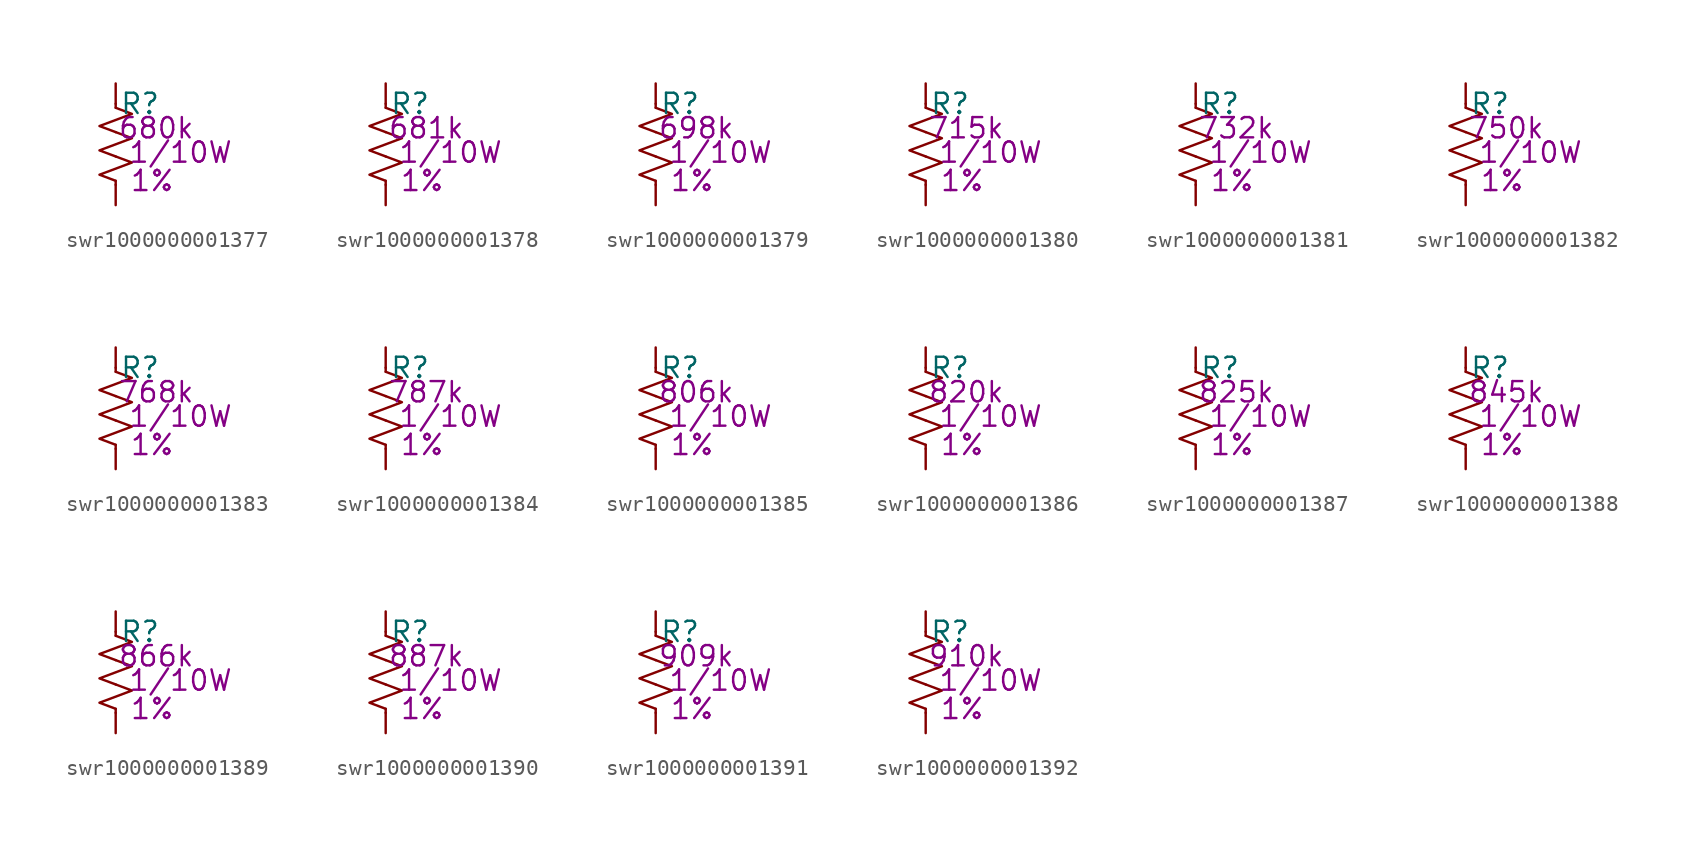
<source format=kicad_sym>
(kicad_symbol_lib
  (version 20211014)
  (generator kicad_symbol_editor)
  (symbol "swr1000000001377"
    (pin_numbers hide)
    (pin_names
      (offset 1.016))
    (property "Reference" "R"
      (at 1.524 2.54 0)
      (effects (font (size 1.27 1.27))))
    (property "PartValue" "680k"
      (at 2.54 1.016 0)
      (effects (font (size 1.27 1.27))))
    (property "Tolerance" "1%"
      (at 2.286 -2.286 0)
      (effects (font (size 1.27 1.27))))
    (property "Wattage" "1/10W"
      (at 4.064 -0.508 0)
      (effects (font (size 1.27 1.27))))
    (symbol "swr1000000001377_1_1"
      (polyline (pts (xy 0 -2.286) (xy 0 -2.54)) (stroke (width 0) (type default) (color 0 0 0 0)) (fill (type none)))
      (polyline (pts (xy 0 2.286) (xy 0 2.54)) (stroke (width 0) (type default) (color 0 0 0 0)) (fill (type none)))
      (polyline (pts (xy 0 -0.762) (xy 1.016 -1.143) (xy 0 -1.524) (xy -1.016 -1.905) (xy 0 -2.286)) (stroke (width 0) (type default) (color 0 0 0 0)) (fill (type none)))
      (polyline (pts (xy 0 0.762) (xy 1.016 0.381) (xy 0 0) (xy -1.016 -0.381) (xy 0 -0.762)) (stroke (width 0) (type default) (color 0 0 0 0)) (fill (type none)))
      (polyline (pts (xy 0 2.286) (xy 1.016 1.905) (xy 0 1.524) (xy -1.016 1.143) (xy 0 0.762)) (stroke (width 0) (type default) (color 0 0 0 0)) (fill (type none)))
      (pin passive line (at 0 3.81 270) (length 1.27) (name "~" (effects (font (size 1.27 1.27)))) (number "1" (effects (font (size 1.27 1.27)))))
      (pin passive line (at 0 -3.81 90) (length 1.27) (name "~" (effects (font (size 1.27 1.27)))) (number "2" (effects (font (size 1.27 1.27)))))))
  (symbol "swr1000000001378"
    (pin_numbers hide)
    (pin_names
      (offset 1.016))
    (property "Reference" "R"
      (at 1.524 2.54 0)
      (effects (font (size 1.27 1.27))))
    (property "PartValue" "681k"
      (at 2.54 1.016 0)
      (effects (font (size 1.27 1.27))))
    (property "Tolerance" "1%"
      (at 2.286 -2.286 0)
      (effects (font (size 1.27 1.27))))
    (property "Wattage" "1/10W"
      (at 4.064 -0.508 0)
      (effects (font (size 1.27 1.27))))
    (symbol "swr1000000001378_1_1"
      (polyline (pts (xy 0 -2.286) (xy 0 -2.54)) (stroke (width 0) (type default) (color 0 0 0 0)) (fill (type none)))
      (polyline (pts (xy 0 2.286) (xy 0 2.54)) (stroke (width 0) (type default) (color 0 0 0 0)) (fill (type none)))
      (polyline (pts (xy 0 -0.762) (xy 1.016 -1.143) (xy 0 -1.524) (xy -1.016 -1.905) (xy 0 -2.286)) (stroke (width 0) (type default) (color 0 0 0 0)) (fill (type none)))
      (polyline (pts (xy 0 0.762) (xy 1.016 0.381) (xy 0 0) (xy -1.016 -0.381) (xy 0 -0.762)) (stroke (width 0) (type default) (color 0 0 0 0)) (fill (type none)))
      (polyline (pts (xy 0 2.286) (xy 1.016 1.905) (xy 0 1.524) (xy -1.016 1.143) (xy 0 0.762)) (stroke (width 0) (type default) (color 0 0 0 0)) (fill (type none)))
      (pin passive line (at 0 3.81 270) (length 1.27) (name "~" (effects (font (size 1.27 1.27)))) (number "1" (effects (font (size 1.27 1.27)))))
      (pin passive line (at 0 -3.81 90) (length 1.27) (name "~" (effects (font (size 1.27 1.27)))) (number "2" (effects (font (size 1.27 1.27)))))))
  (symbol "swr1000000001379"
    (pin_numbers hide)
    (pin_names
      (offset 1.016))
    (property "Reference" "R"
      (at 1.524 2.54 0)
      (effects (font (size 1.27 1.27))))
    (property "PartValue" "698k"
      (at 2.54 1.016 0)
      (effects (font (size 1.27 1.27))))
    (property "Tolerance" "1%"
      (at 2.286 -2.286 0)
      (effects (font (size 1.27 1.27))))
    (property "Wattage" "1/10W"
      (at 4.064 -0.508 0)
      (effects (font (size 1.27 1.27))))
    (symbol "swr1000000001379_1_1"
      (polyline (pts (xy 0 -2.286) (xy 0 -2.54)) (stroke (width 0) (type default) (color 0 0 0 0)) (fill (type none)))
      (polyline (pts (xy 0 2.286) (xy 0 2.54)) (stroke (width 0) (type default) (color 0 0 0 0)) (fill (type none)))
      (polyline (pts (xy 0 -0.762) (xy 1.016 -1.143) (xy 0 -1.524) (xy -1.016 -1.905) (xy 0 -2.286)) (stroke (width 0) (type default) (color 0 0 0 0)) (fill (type none)))
      (polyline (pts (xy 0 0.762) (xy 1.016 0.381) (xy 0 0) (xy -1.016 -0.381) (xy 0 -0.762)) (stroke (width 0) (type default) (color 0 0 0 0)) (fill (type none)))
      (polyline (pts (xy 0 2.286) (xy 1.016 1.905) (xy 0 1.524) (xy -1.016 1.143) (xy 0 0.762)) (stroke (width 0) (type default) (color 0 0 0 0)) (fill (type none)))
      (pin passive line (at 0 3.81 270) (length 1.27) (name "~" (effects (font (size 1.27 1.27)))) (number "1" (effects (font (size 1.27 1.27)))))
      (pin passive line (at 0 -3.81 90) (length 1.27) (name "~" (effects (font (size 1.27 1.27)))) (number "2" (effects (font (size 1.27 1.27)))))))
  (symbol "swr1000000001380"
    (pin_numbers hide)
    (pin_names
      (offset 1.016))
    (property "Reference" "R"
      (at 1.524 2.54 0)
      (effects (font (size 1.27 1.27))))
    (property "PartValue" "715k"
      (at 2.54 1.016 0)
      (effects (font (size 1.27 1.27))))
    (property "Tolerance" "1%"
      (at 2.286 -2.286 0)
      (effects (font (size 1.27 1.27))))
    (property "Wattage" "1/10W"
      (at 4.064 -0.508 0)
      (effects (font (size 1.27 1.27))))
    (symbol "swr1000000001380_1_1"
      (polyline (pts (xy 0 -2.286) (xy 0 -2.54)) (stroke (width 0) (type default) (color 0 0 0 0)) (fill (type none)))
      (polyline (pts (xy 0 2.286) (xy 0 2.54)) (stroke (width 0) (type default) (color 0 0 0 0)) (fill (type none)))
      (polyline (pts (xy 0 -0.762) (xy 1.016 -1.143) (xy 0 -1.524) (xy -1.016 -1.905) (xy 0 -2.286)) (stroke (width 0) (type default) (color 0 0 0 0)) (fill (type none)))
      (polyline (pts (xy 0 0.762) (xy 1.016 0.381) (xy 0 0) (xy -1.016 -0.381) (xy 0 -0.762)) (stroke (width 0) (type default) (color 0 0 0 0)) (fill (type none)))
      (polyline (pts (xy 0 2.286) (xy 1.016 1.905) (xy 0 1.524) (xy -1.016 1.143) (xy 0 0.762)) (stroke (width 0) (type default) (color 0 0 0 0)) (fill (type none)))
      (pin passive line (at 0 3.81 270) (length 1.27) (name "~" (effects (font (size 1.27 1.27)))) (number "1" (effects (font (size 1.27 1.27)))))
      (pin passive line (at 0 -3.81 90) (length 1.27) (name "~" (effects (font (size 1.27 1.27)))) (number "2" (effects (font (size 1.27 1.27)))))))
  (symbol "swr1000000001381"
    (pin_numbers hide)
    (pin_names
      (offset 1.016))
    (property "Reference" "R"
      (at 1.524 2.54 0)
      (effects (font (size 1.27 1.27))))
    (property "PartValue" "732k"
      (at 2.54 1.016 0)
      (effects (font (size 1.27 1.27))))
    (property "Tolerance" "1%"
      (at 2.286 -2.286 0)
      (effects (font (size 1.27 1.27))))
    (property "Wattage" "1/10W"
      (at 4.064 -0.508 0)
      (effects (font (size 1.27 1.27))))
    (symbol "swr1000000001381_1_1"
      (polyline (pts (xy 0 -2.286) (xy 0 -2.54)) (stroke (width 0) (type default) (color 0 0 0 0)) (fill (type none)))
      (polyline (pts (xy 0 2.286) (xy 0 2.54)) (stroke (width 0) (type default) (color 0 0 0 0)) (fill (type none)))
      (polyline (pts (xy 0 -0.762) (xy 1.016 -1.143) (xy 0 -1.524) (xy -1.016 -1.905) (xy 0 -2.286)) (stroke (width 0) (type default) (color 0 0 0 0)) (fill (type none)))
      (polyline (pts (xy 0 0.762) (xy 1.016 0.381) (xy 0 0) (xy -1.016 -0.381) (xy 0 -0.762)) (stroke (width 0) (type default) (color 0 0 0 0)) (fill (type none)))
      (polyline (pts (xy 0 2.286) (xy 1.016 1.905) (xy 0 1.524) (xy -1.016 1.143) (xy 0 0.762)) (stroke (width 0) (type default) (color 0 0 0 0)) (fill (type none)))
      (pin passive line (at 0 3.81 270) (length 1.27) (name "~" (effects (font (size 1.27 1.27)))) (number "1" (effects (font (size 1.27 1.27)))))
      (pin passive line (at 0 -3.81 90) (length 1.27) (name "~" (effects (font (size 1.27 1.27)))) (number "2" (effects (font (size 1.27 1.27)))))))
  (symbol "swr1000000001382"
    (pin_numbers hide)
    (pin_names
      (offset 1.016))
    (property "Reference" "R"
      (at 1.524 2.54 0)
      (effects (font (size 1.27 1.27))))
    (property "PartValue" "750k"
      (at 2.54 1.016 0)
      (effects (font (size 1.27 1.27))))
    (property "Tolerance" "1%"
      (at 2.286 -2.286 0)
      (effects (font (size 1.27 1.27))))
    (property "Wattage" "1/10W"
      (at 4.064 -0.508 0)
      (effects (font (size 1.27 1.27))))
    (symbol "swr1000000001382_1_1"
      (polyline (pts (xy 0 -2.286) (xy 0 -2.54)) (stroke (width 0) (type default) (color 0 0 0 0)) (fill (type none)))
      (polyline (pts (xy 0 2.286) (xy 0 2.54)) (stroke (width 0) (type default) (color 0 0 0 0)) (fill (type none)))
      (polyline (pts (xy 0 -0.762) (xy 1.016 -1.143) (xy 0 -1.524) (xy -1.016 -1.905) (xy 0 -2.286)) (stroke (width 0) (type default) (color 0 0 0 0)) (fill (type none)))
      (polyline (pts (xy 0 0.762) (xy 1.016 0.381) (xy 0 0) (xy -1.016 -0.381) (xy 0 -0.762)) (stroke (width 0) (type default) (color 0 0 0 0)) (fill (type none)))
      (polyline (pts (xy 0 2.286) (xy 1.016 1.905) (xy 0 1.524) (xy -1.016 1.143) (xy 0 0.762)) (stroke (width 0) (type default) (color 0 0 0 0)) (fill (type none)))
      (pin passive line (at 0 3.81 270) (length 1.27) (name "~" (effects (font (size 1.27 1.27)))) (number "1" (effects (font (size 1.27 1.27)))))
      (pin passive line (at 0 -3.81 90) (length 1.27) (name "~" (effects (font (size 1.27 1.27)))) (number "2" (effects (font (size 1.27 1.27)))))))
  (symbol "swr1000000001383"
    (pin_numbers hide)
    (pin_names
      (offset 1.016))
    (property "Reference" "R"
      (at 1.524 2.54 0)
      (effects (font (size 1.27 1.27))))
    (property "PartValue" "768k"
      (at 2.54 1.016 0)
      (effects (font (size 1.27 1.27))))
    (property "Tolerance" "1%"
      (at 2.286 -2.286 0)
      (effects (font (size 1.27 1.27))))
    (property "Wattage" "1/10W"
      (at 4.064 -0.508 0)
      (effects (font (size 1.27 1.27))))
    (symbol "swr1000000001383_1_1"
      (polyline (pts (xy 0 -2.286) (xy 0 -2.54)) (stroke (width 0) (type default) (color 0 0 0 0)) (fill (type none)))
      (polyline (pts (xy 0 2.286) (xy 0 2.54)) (stroke (width 0) (type default) (color 0 0 0 0)) (fill (type none)))
      (polyline (pts (xy 0 -0.762) (xy 1.016 -1.143) (xy 0 -1.524) (xy -1.016 -1.905) (xy 0 -2.286)) (stroke (width 0) (type default) (color 0 0 0 0)) (fill (type none)))
      (polyline (pts (xy 0 0.762) (xy 1.016 0.381) (xy 0 0) (xy -1.016 -0.381) (xy 0 -0.762)) (stroke (width 0) (type default) (color 0 0 0 0)) (fill (type none)))
      (polyline (pts (xy 0 2.286) (xy 1.016 1.905) (xy 0 1.524) (xy -1.016 1.143) (xy 0 0.762)) (stroke (width 0) (type default) (color 0 0 0 0)) (fill (type none)))
      (pin passive line (at 0 3.81 270) (length 1.27) (name "~" (effects (font (size 1.27 1.27)))) (number "1" (effects (font (size 1.27 1.27)))))
      (pin passive line (at 0 -3.81 90) (length 1.27) (name "~" (effects (font (size 1.27 1.27)))) (number "2" (effects (font (size 1.27 1.27)))))))
  (symbol "swr1000000001384"
    (pin_numbers hide)
    (pin_names
      (offset 1.016))
    (property "Reference" "R"
      (at 1.524 2.54 0)
      (effects (font (size 1.27 1.27))))
    (property "PartValue" "787k"
      (at 2.54 1.016 0)
      (effects (font (size 1.27 1.27))))
    (property "Tolerance" "1%"
      (at 2.286 -2.286 0)
      (effects (font (size 1.27 1.27))))
    (property "Wattage" "1/10W"
      (at 4.064 -0.508 0)
      (effects (font (size 1.27 1.27))))
    (symbol "swr1000000001384_1_1"
      (polyline (pts (xy 0 -2.286) (xy 0 -2.54)) (stroke (width 0) (type default) (color 0 0 0 0)) (fill (type none)))
      (polyline (pts (xy 0 2.286) (xy 0 2.54)) (stroke (width 0) (type default) (color 0 0 0 0)) (fill (type none)))
      (polyline (pts (xy 0 -0.762) (xy 1.016 -1.143) (xy 0 -1.524) (xy -1.016 -1.905) (xy 0 -2.286)) (stroke (width 0) (type default) (color 0 0 0 0)) (fill (type none)))
      (polyline (pts (xy 0 0.762) (xy 1.016 0.381) (xy 0 0) (xy -1.016 -0.381) (xy 0 -0.762)) (stroke (width 0) (type default) (color 0 0 0 0)) (fill (type none)))
      (polyline (pts (xy 0 2.286) (xy 1.016 1.905) (xy 0 1.524) (xy -1.016 1.143) (xy 0 0.762)) (stroke (width 0) (type default) (color 0 0 0 0)) (fill (type none)))
      (pin passive line (at 0 3.81 270) (length 1.27) (name "~" (effects (font (size 1.27 1.27)))) (number "1" (effects (font (size 1.27 1.27)))))
      (pin passive line (at 0 -3.81 90) (length 1.27) (name "~" (effects (font (size 1.27 1.27)))) (number "2" (effects (font (size 1.27 1.27)))))))
  (symbol "swr1000000001385"
    (pin_numbers hide)
    (pin_names
      (offset 1.016))
    (property "Reference" "R"
      (at 1.524 2.54 0)
      (effects (font (size 1.27 1.27))))
    (property "PartValue" "806k"
      (at 2.54 1.016 0)
      (effects (font (size 1.27 1.27))))
    (property "Tolerance" "1%"
      (at 2.286 -2.286 0)
      (effects (font (size 1.27 1.27))))
    (property "Wattage" "1/10W"
      (at 4.064 -0.508 0)
      (effects (font (size 1.27 1.27))))
    (symbol "swr1000000001385_1_1"
      (polyline (pts (xy 0 -2.286) (xy 0 -2.54)) (stroke (width 0) (type default) (color 0 0 0 0)) (fill (type none)))
      (polyline (pts (xy 0 2.286) (xy 0 2.54)) (stroke (width 0) (type default) (color 0 0 0 0)) (fill (type none)))
      (polyline (pts (xy 0 -0.762) (xy 1.016 -1.143) (xy 0 -1.524) (xy -1.016 -1.905) (xy 0 -2.286)) (stroke (width 0) (type default) (color 0 0 0 0)) (fill (type none)))
      (polyline (pts (xy 0 0.762) (xy 1.016 0.381) (xy 0 0) (xy -1.016 -0.381) (xy 0 -0.762)) (stroke (width 0) (type default) (color 0 0 0 0)) (fill (type none)))
      (polyline (pts (xy 0 2.286) (xy 1.016 1.905) (xy 0 1.524) (xy -1.016 1.143) (xy 0 0.762)) (stroke (width 0) (type default) (color 0 0 0 0)) (fill (type none)))
      (pin passive line (at 0 3.81 270) (length 1.27) (name "~" (effects (font (size 1.27 1.27)))) (number "1" (effects (font (size 1.27 1.27)))))
      (pin passive line (at 0 -3.81 90) (length 1.27) (name "~" (effects (font (size 1.27 1.27)))) (number "2" (effects (font (size 1.27 1.27)))))))
  (symbol "swr1000000001386"
    (pin_numbers hide)
    (pin_names
      (offset 1.016))
    (property "Reference" "R"
      (at 1.524 2.54 0)
      (effects (font (size 1.27 1.27))))
    (property "PartValue" "820k"
      (at 2.54 1.016 0)
      (effects (font (size 1.27 1.27))))
    (property "Tolerance" "1%"
      (at 2.286 -2.286 0)
      (effects (font (size 1.27 1.27))))
    (property "Wattage" "1/10W"
      (at 4.064 -0.508 0)
      (effects (font (size 1.27 1.27))))
    (symbol "swr1000000001386_1_1"
      (polyline (pts (xy 0 -2.286) (xy 0 -2.54)) (stroke (width 0) (type default) (color 0 0 0 0)) (fill (type none)))
      (polyline (pts (xy 0 2.286) (xy 0 2.54)) (stroke (width 0) (type default) (color 0 0 0 0)) (fill (type none)))
      (polyline (pts (xy 0 -0.762) (xy 1.016 -1.143) (xy 0 -1.524) (xy -1.016 -1.905) (xy 0 -2.286)) (stroke (width 0) (type default) (color 0 0 0 0)) (fill (type none)))
      (polyline (pts (xy 0 0.762) (xy 1.016 0.381) (xy 0 0) (xy -1.016 -0.381) (xy 0 -0.762)) (stroke (width 0) (type default) (color 0 0 0 0)) (fill (type none)))
      (polyline (pts (xy 0 2.286) (xy 1.016 1.905) (xy 0 1.524) (xy -1.016 1.143) (xy 0 0.762)) (stroke (width 0) (type default) (color 0 0 0 0)) (fill (type none)))
      (pin passive line (at 0 3.81 270) (length 1.27) (name "~" (effects (font (size 1.27 1.27)))) (number "1" (effects (font (size 1.27 1.27)))))
      (pin passive line (at 0 -3.81 90) (length 1.27) (name "~" (effects (font (size 1.27 1.27)))) (number "2" (effects (font (size 1.27 1.27)))))))
  (symbol "swr1000000001387"
    (pin_numbers hide)
    (pin_names
      (offset 1.016))
    (property "Reference" "R"
      (at 1.524 2.54 0)
      (effects (font (size 1.27 1.27))))
    (property "PartValue" "825k"
      (at 2.54 1.016 0)
      (effects (font (size 1.27 1.27))))
    (property "Tolerance" "1%"
      (at 2.286 -2.286 0)
      (effects (font (size 1.27 1.27))))
    (property "Wattage" "1/10W"
      (at 4.064 -0.508 0)
      (effects (font (size 1.27 1.27))))
    (symbol "swr1000000001387_1_1"
      (polyline (pts (xy 0 -2.286) (xy 0 -2.54)) (stroke (width 0) (type default) (color 0 0 0 0)) (fill (type none)))
      (polyline (pts (xy 0 2.286) (xy 0 2.54)) (stroke (width 0) (type default) (color 0 0 0 0)) (fill (type none)))
      (polyline (pts (xy 0 -0.762) (xy 1.016 -1.143) (xy 0 -1.524) (xy -1.016 -1.905) (xy 0 -2.286)) (stroke (width 0) (type default) (color 0 0 0 0)) (fill (type none)))
      (polyline (pts (xy 0 0.762) (xy 1.016 0.381) (xy 0 0) (xy -1.016 -0.381) (xy 0 -0.762)) (stroke (width 0) (type default) (color 0 0 0 0)) (fill (type none)))
      (polyline (pts (xy 0 2.286) (xy 1.016 1.905) (xy 0 1.524) (xy -1.016 1.143) (xy 0 0.762)) (stroke (width 0) (type default) (color 0 0 0 0)) (fill (type none)))
      (pin passive line (at 0 3.81 270) (length 1.27) (name "~" (effects (font (size 1.27 1.27)))) (number "1" (effects (font (size 1.27 1.27)))))
      (pin passive line (at 0 -3.81 90) (length 1.27) (name "~" (effects (font (size 1.27 1.27)))) (number "2" (effects (font (size 1.27 1.27)))))))
  (symbol "swr1000000001388"
    (pin_numbers hide)
    (pin_names
      (offset 1.016))
    (property "Reference" "R"
      (at 1.524 2.54 0)
      (effects (font (size 1.27 1.27))))
    (property "PartValue" "845k"
      (at 2.54 1.016 0)
      (effects (font (size 1.27 1.27))))
    (property "Tolerance" "1%"
      (at 2.286 -2.286 0)
      (effects (font (size 1.27 1.27))))
    (property "Wattage" "1/10W"
      (at 4.064 -0.508 0)
      (effects (font (size 1.27 1.27))))
    (symbol "swr1000000001388_1_1"
      (polyline (pts (xy 0 -2.286) (xy 0 -2.54)) (stroke (width 0) (type default) (color 0 0 0 0)) (fill (type none)))
      (polyline (pts (xy 0 2.286) (xy 0 2.54)) (stroke (width 0) (type default) (color 0 0 0 0)) (fill (type none)))
      (polyline (pts (xy 0 -0.762) (xy 1.016 -1.143) (xy 0 -1.524) (xy -1.016 -1.905) (xy 0 -2.286)) (stroke (width 0) (type default) (color 0 0 0 0)) (fill (type none)))
      (polyline (pts (xy 0 0.762) (xy 1.016 0.381) (xy 0 0) (xy -1.016 -0.381) (xy 0 -0.762)) (stroke (width 0) (type default) (color 0 0 0 0)) (fill (type none)))
      (polyline (pts (xy 0 2.286) (xy 1.016 1.905) (xy 0 1.524) (xy -1.016 1.143) (xy 0 0.762)) (stroke (width 0) (type default) (color 0 0 0 0)) (fill (type none)))
      (pin passive line (at 0 3.81 270) (length 1.27) (name "~" (effects (font (size 1.27 1.27)))) (number "1" (effects (font (size 1.27 1.27)))))
      (pin passive line (at 0 -3.81 90) (length 1.27) (name "~" (effects (font (size 1.27 1.27)))) (number "2" (effects (font (size 1.27 1.27)))))))
  (symbol "swr1000000001389"
    (pin_numbers hide)
    (pin_names
      (offset 1.016))
    (property "Reference" "R"
      (at 1.524 2.54 0)
      (effects (font (size 1.27 1.27))))
    (property "PartValue" "866k"
      (at 2.54 1.016 0)
      (effects (font (size 1.27 1.27))))
    (property "Tolerance" "1%"
      (at 2.286 -2.286 0)
      (effects (font (size 1.27 1.27))))
    (property "Wattage" "1/10W"
      (at 4.064 -0.508 0)
      (effects (font (size 1.27 1.27))))
    (symbol "swr1000000001389_1_1"
      (polyline (pts (xy 0 -2.286) (xy 0 -2.54)) (stroke (width 0) (type default) (color 0 0 0 0)) (fill (type none)))
      (polyline (pts (xy 0 2.286) (xy 0 2.54)) (stroke (width 0) (type default) (color 0 0 0 0)) (fill (type none)))
      (polyline (pts (xy 0 -0.762) (xy 1.016 -1.143) (xy 0 -1.524) (xy -1.016 -1.905) (xy 0 -2.286)) (stroke (width 0) (type default) (color 0 0 0 0)) (fill (type none)))
      (polyline (pts (xy 0 0.762) (xy 1.016 0.381) (xy 0 0) (xy -1.016 -0.381) (xy 0 -0.762)) (stroke (width 0) (type default) (color 0 0 0 0)) (fill (type none)))
      (polyline (pts (xy 0 2.286) (xy 1.016 1.905) (xy 0 1.524) (xy -1.016 1.143) (xy 0 0.762)) (stroke (width 0) (type default) (color 0 0 0 0)) (fill (type none)))
      (pin passive line (at 0 3.81 270) (length 1.27) (name "~" (effects (font (size 1.27 1.27)))) (number "1" (effects (font (size 1.27 1.27)))))
      (pin passive line (at 0 -3.81 90) (length 1.27) (name "~" (effects (font (size 1.27 1.27)))) (number "2" (effects (font (size 1.27 1.27)))))))
  (symbol "swr1000000001390"
    (pin_numbers hide)
    (pin_names
      (offset 1.016))
    (property "Reference" "R"
      (at 1.524 2.54 0)
      (effects (font (size 1.27 1.27))))
    (property "PartValue" "887k"
      (at 2.54 1.016 0)
      (effects (font (size 1.27 1.27))))
    (property "Tolerance" "1%"
      (at 2.286 -2.286 0)
      (effects (font (size 1.27 1.27))))
    (property "Wattage" "1/10W"
      (at 4.064 -0.508 0)
      (effects (font (size 1.27 1.27))))
    (symbol "swr1000000001390_1_1"
      (polyline (pts (xy 0 -2.286) (xy 0 -2.54)) (stroke (width 0) (type default) (color 0 0 0 0)) (fill (type none)))
      (polyline (pts (xy 0 2.286) (xy 0 2.54)) (stroke (width 0) (type default) (color 0 0 0 0)) (fill (type none)))
      (polyline (pts (xy 0 -0.762) (xy 1.016 -1.143) (xy 0 -1.524) (xy -1.016 -1.905) (xy 0 -2.286)) (stroke (width 0) (type default) (color 0 0 0 0)) (fill (type none)))
      (polyline (pts (xy 0 0.762) (xy 1.016 0.381) (xy 0 0) (xy -1.016 -0.381) (xy 0 -0.762)) (stroke (width 0) (type default) (color 0 0 0 0)) (fill (type none)))
      (polyline (pts (xy 0 2.286) (xy 1.016 1.905) (xy 0 1.524) (xy -1.016 1.143) (xy 0 0.762)) (stroke (width 0) (type default) (color 0 0 0 0)) (fill (type none)))
      (pin passive line (at 0 3.81 270) (length 1.27) (name "~" (effects (font (size 1.27 1.27)))) (number "1" (effects (font (size 1.27 1.27)))))
      (pin passive line (at 0 -3.81 90) (length 1.27) (name "~" (effects (font (size 1.27 1.27)))) (number "2" (effects (font (size 1.27 1.27)))))))
  (symbol "swr1000000001391"
    (pin_numbers hide)
    (pin_names
      (offset 1.016))
    (property "Reference" "R"
      (at 1.524 2.54 0)
      (effects (font (size 1.27 1.27))))
    (property "PartValue" "909k"
      (at 2.54 1.016 0)
      (effects (font (size 1.27 1.27))))
    (property "Tolerance" "1%"
      (at 2.286 -2.286 0)
      (effects (font (size 1.27 1.27))))
    (property "Wattage" "1/10W"
      (at 4.064 -0.508 0)
      (effects (font (size 1.27 1.27))))
    (symbol "swr1000000001391_1_1"
      (polyline (pts (xy 0 -2.286) (xy 0 -2.54)) (stroke (width 0) (type default) (color 0 0 0 0)) (fill (type none)))
      (polyline (pts (xy 0 2.286) (xy 0 2.54)) (stroke (width 0) (type default) (color 0 0 0 0)) (fill (type none)))
      (polyline (pts (xy 0 -0.762) (xy 1.016 -1.143) (xy 0 -1.524) (xy -1.016 -1.905) (xy 0 -2.286)) (stroke (width 0) (type default) (color 0 0 0 0)) (fill (type none)))
      (polyline (pts (xy 0 0.762) (xy 1.016 0.381) (xy 0 0) (xy -1.016 -0.381) (xy 0 -0.762)) (stroke (width 0) (type default) (color 0 0 0 0)) (fill (type none)))
      (polyline (pts (xy 0 2.286) (xy 1.016 1.905) (xy 0 1.524) (xy -1.016 1.143) (xy 0 0.762)) (stroke (width 0) (type default) (color 0 0 0 0)) (fill (type none)))
      (pin passive line (at 0 3.81 270) (length 1.27) (name "~" (effects (font (size 1.27 1.27)))) (number "1" (effects (font (size 1.27 1.27)))))
      (pin passive line (at 0 -3.81 90) (length 1.27) (name "~" (effects (font (size 1.27 1.27)))) (number "2" (effects (font (size 1.27 1.27)))))))
  (symbol "swr1000000001392"
    (pin_numbers hide)
    (pin_names
      (offset 1.016))
    (property "Reference" "R"
      (at 1.524 2.54 0)
      (effects (font (size 1.27 1.27))))
    (property "PartValue" "910k"
      (at 2.54 1.016 0)
      (effects (font (size 1.27 1.27))))
    (property "Tolerance" "1%"
      (at 2.286 -2.286 0)
      (effects (font (size 1.27 1.27))))
    (property "Wattage" "1/10W"
      (at 4.064 -0.508 0)
      (effects (font (size 1.27 1.27))))
    (symbol "swr1000000001392_1_1"
      (polyline (pts (xy 0 -2.286) (xy 0 -2.54)) (stroke (width 0) (type default) (color 0 0 0 0)) (fill (type none)))
      (polyline (pts (xy 0 2.286) (xy 0 2.54)) (stroke (width 0) (type default) (color 0 0 0 0)) (fill (type none)))
      (polyline (pts (xy 0 -0.762) (xy 1.016 -1.143) (xy 0 -1.524) (xy -1.016 -1.905) (xy 0 -2.286)) (stroke (width 0) (type default) (color 0 0 0 0)) (fill (type none)))
      (polyline (pts (xy 0 0.762) (xy 1.016 0.381) (xy 0 0) (xy -1.016 -0.381) (xy 0 -0.762)) (stroke (width 0) (type default) (color 0 0 0 0)) (fill (type none)))
      (polyline (pts (xy 0 2.286) (xy 1.016 1.905) (xy 0 1.524) (xy -1.016 1.143) (xy 0 0.762)) (stroke (width 0) (type default) (color 0 0 0 0)) (fill (type none)))
      (pin passive line (at 0 3.81 270) (length 1.27) (name "~" (effects (font (size 1.27 1.27)))) (number "1" (effects (font (size 1.27 1.27)))))
      (pin passive line (at 0 -3.81 90) (length 1.27) (name "~" (effects (font (size 1.27 1.27)))) (number "2" (effects (font (size 1.27 1.27))))))))
</source>
